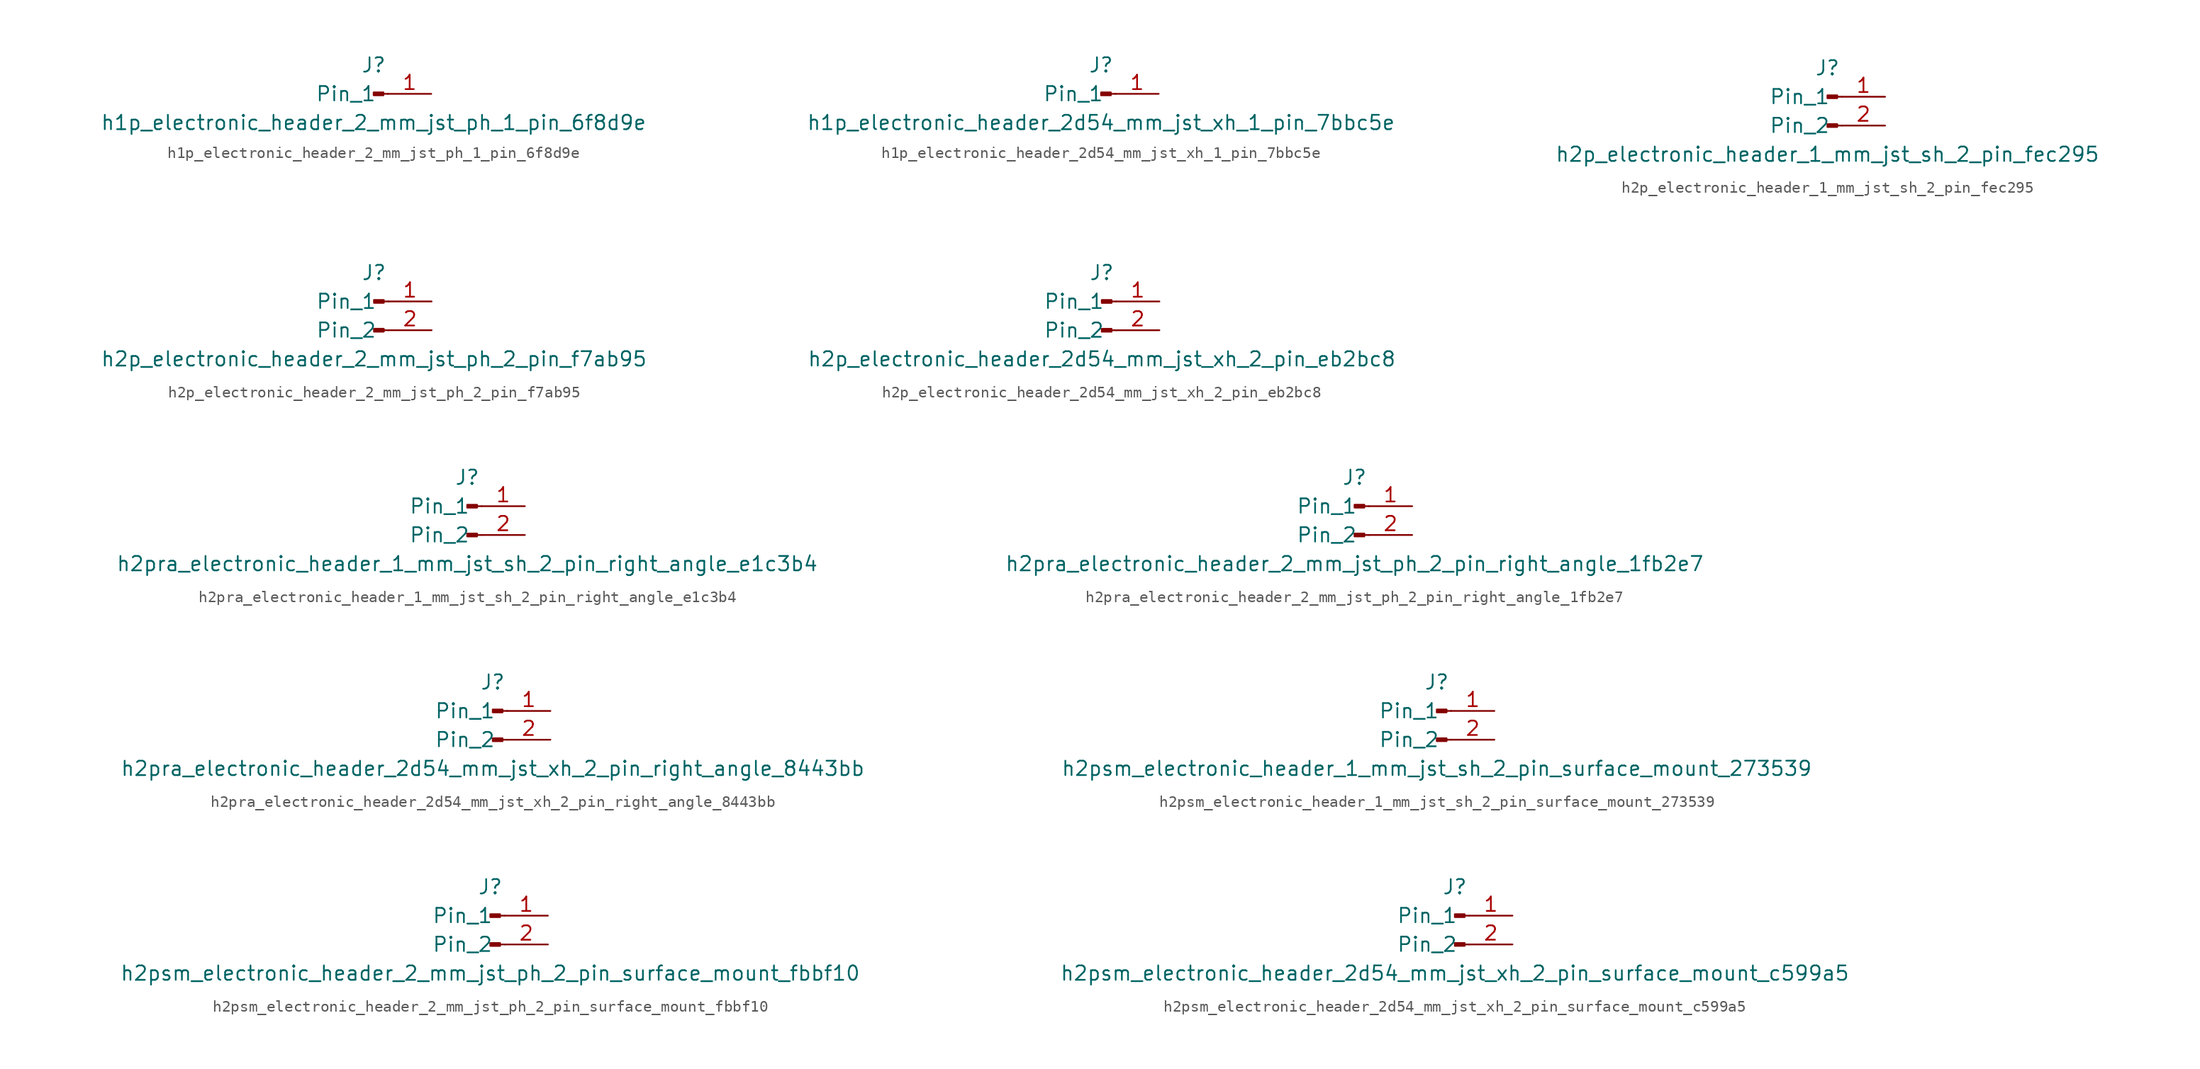
<source format=kicad_sym>
(kicad_symbol_lib
  (version 20220914)
  (generator kicad_symbol_editor)
  (symbol "h1p_electronic_header_2_mm_jst_ph_1_pin_6f8d9e"
    (pin_names
      (offset 1.016))
    (property "Reference" "J"
      (at 0 2.54 0)
      (effects (font (size 1.27 1.27))))
    (property "Value" "h1p_electronic_header_2_mm_jst_ph_1_pin_6f8d9e"
      (at 0 -2.54 0)
      (effects (font (size 1.27 1.27))))
    (property "ki_locked" ""
      (at 0 0 0)
      (effects (font (size 1.27 1.27))))
    (symbol "h1p_electronic_header_2_mm_jst_ph_1_pin_6f8d9e_1_1"
      (polyline (pts (xy 1.27 0) (xy 0.864 0)) (stroke (width 0.152) (type default)) (fill (type none)))
      (rectangle (start 0.864 0.127) (end 0 -0.127) (stroke (width 0.152) (type default)) (fill (type outline)))
      (pin passive line (at 5.08 0 180) (length 3.81) (name "Pin_1" (effects (font (size 1.27 1.27)))) (number "1" (effects (font (size 1.27 1.27)))))))
  (symbol "h1p_electronic_header_2d54_mm_jst_xh_1_pin_7bbc5e"
    (pin_names
      (offset 1.016))
    (property "Reference" "J"
      (at 0 2.54 0)
      (effects (font (size 1.27 1.27))))
    (property "Value" "h1p_electronic_header_2d54_mm_jst_xh_1_pin_7bbc5e"
      (at 0 -2.54 0)
      (effects (font (size 1.27 1.27))))
    (property "ki_locked" ""
      (at 0 0 0)
      (effects (font (size 1.27 1.27))))
    (symbol "h1p_electronic_header_2d54_mm_jst_xh_1_pin_7bbc5e_1_1"
      (polyline (pts (xy 1.27 0) (xy 0.864 0)) (stroke (width 0.152) (type default)) (fill (type none)))
      (rectangle (start 0.864 0.127) (end 0 -0.127) (stroke (width 0.152) (type default)) (fill (type outline)))
      (pin passive line (at 5.08 0 180) (length 3.81) (name "Pin_1" (effects (font (size 1.27 1.27)))) (number "1" (effects (font (size 1.27 1.27)))))))
  (symbol "h2p_electronic_header_1_mm_jst_sh_2_pin_fec295"
    (pin_names
      (offset 1.016))
    (property "Reference" "J"
      (at 0 2.54 0)
      (effects (font (size 1.27 1.27))))
    (property "Value" "h2p_electronic_header_1_mm_jst_sh_2_pin_fec295"
      (at 0 -5.08 0)
      (effects (font (size 1.27 1.27))))
    (property "ki_locked" ""
      (at 0 0 0)
      (effects (font (size 1.27 1.27))))
    (symbol "h2p_electronic_header_1_mm_jst_sh_2_pin_fec295_1_1"
      (polyline (pts (xy 1.27 -2.54) (xy 0.864 -2.54)) (stroke (width 0.152) (type default)) (fill (type none)))
      (polyline (pts (xy 1.27 0) (xy 0.864 0)) (stroke (width 0.152) (type default)) (fill (type none)))
      (rectangle (start 0.864 -2.413) (end 0 -2.667) (stroke (width 0.152) (type default)) (fill (type outline)))
      (rectangle (start 0.864 0.127) (end 0 -0.127) (stroke (width 0.152) (type default)) (fill (type outline)))
      (pin passive line (at 5.08 0 180) (length 3.81) (name "Pin_1" (effects (font (size 1.27 1.27)))) (number "1" (effects (font (size 1.27 1.27)))))
      (pin passive line (at 5.08 -2.54 180) (length 3.81) (name "Pin_2" (effects (font (size 1.27 1.27)))) (number "2" (effects (font (size 1.27 1.27)))))))
  (symbol "h2p_electronic_header_2_mm_jst_ph_2_pin_f7ab95"
    (pin_names
      (offset 1.016))
    (property "Reference" "J"
      (at 0 2.54 0)
      (effects (font (size 1.27 1.27))))
    (property "Value" "h2p_electronic_header_2_mm_jst_ph_2_pin_f7ab95"
      (at 0 -5.08 0)
      (effects (font (size 1.27 1.27))))
    (property "ki_locked" ""
      (at 0 0 0)
      (effects (font (size 1.27 1.27))))
    (symbol "h2p_electronic_header_2_mm_jst_ph_2_pin_f7ab95_1_1"
      (polyline (pts (xy 1.27 -2.54) (xy 0.864 -2.54)) (stroke (width 0.152) (type default)) (fill (type none)))
      (polyline (pts (xy 1.27 0) (xy 0.864 0)) (stroke (width 0.152) (type default)) (fill (type none)))
      (rectangle (start 0.864 -2.413) (end 0 -2.667) (stroke (width 0.152) (type default)) (fill (type outline)))
      (rectangle (start 0.864 0.127) (end 0 -0.127) (stroke (width 0.152) (type default)) (fill (type outline)))
      (pin passive line (at 5.08 0 180) (length 3.81) (name "Pin_1" (effects (font (size 1.27 1.27)))) (number "1" (effects (font (size 1.27 1.27)))))
      (pin passive line (at 5.08 -2.54 180) (length 3.81) (name "Pin_2" (effects (font (size 1.27 1.27)))) (number "2" (effects (font (size 1.27 1.27)))))))
  (symbol "h2p_electronic_header_2d54_mm_jst_xh_2_pin_eb2bc8"
    (pin_names
      (offset 1.016))
    (property "Reference" "J"
      (at 0 2.54 0)
      (effects (font (size 1.27 1.27))))
    (property "Value" "h2p_electronic_header_2d54_mm_jst_xh_2_pin_eb2bc8"
      (at 0 -5.08 0)
      (effects (font (size 1.27 1.27))))
    (property "ki_locked" ""
      (at 0 0 0)
      (effects (font (size 1.27 1.27))))
    (symbol "h2p_electronic_header_2d54_mm_jst_xh_2_pin_eb2bc8_1_1"
      (polyline (pts (xy 1.27 -2.54) (xy 0.864 -2.54)) (stroke (width 0.152) (type default)) (fill (type none)))
      (polyline (pts (xy 1.27 0) (xy 0.864 0)) (stroke (width 0.152) (type default)) (fill (type none)))
      (rectangle (start 0.864 -2.413) (end 0 -2.667) (stroke (width 0.152) (type default)) (fill (type outline)))
      (rectangle (start 0.864 0.127) (end 0 -0.127) (stroke (width 0.152) (type default)) (fill (type outline)))
      (pin passive line (at 5.08 0 180) (length 3.81) (name "Pin_1" (effects (font (size 1.27 1.27)))) (number "1" (effects (font (size 1.27 1.27)))))
      (pin passive line (at 5.08 -2.54 180) (length 3.81) (name "Pin_2" (effects (font (size 1.27 1.27)))) (number "2" (effects (font (size 1.27 1.27)))))))
  (symbol "h2pra_electronic_header_1_mm_jst_sh_2_pin_right_angle_e1c3b4"
    (pin_names
      (offset 1.016))
    (property "Reference" "J"
      (at 0 2.54 0)
      (effects (font (size 1.27 1.27))))
    (property "Value" "h2pra_electronic_header_1_mm_jst_sh_2_pin_right_angle_e1c3b4"
      (at 0 -5.08 0)
      (effects (font (size 1.27 1.27))))
    (property "ki_locked" ""
      (at 0 0 0)
      (effects (font (size 1.27 1.27))))
    (symbol "h2pra_electronic_header_1_mm_jst_sh_2_pin_right_angle_e1c3b4_1_1"
      (polyline (pts (xy 1.27 -2.54) (xy 0.864 -2.54)) (stroke (width 0.152) (type default)) (fill (type none)))
      (polyline (pts (xy 1.27 0) (xy 0.864 0)) (stroke (width 0.152) (type default)) (fill (type none)))
      (rectangle (start 0.864 -2.413) (end 0 -2.667) (stroke (width 0.152) (type default)) (fill (type outline)))
      (rectangle (start 0.864 0.127) (end 0 -0.127) (stroke (width 0.152) (type default)) (fill (type outline)))
      (pin passive line (at 5.08 0 180) (length 3.81) (name "Pin_1" (effects (font (size 1.27 1.27)))) (number "1" (effects (font (size 1.27 1.27)))))
      (pin passive line (at 5.08 -2.54 180) (length 3.81) (name "Pin_2" (effects (font (size 1.27 1.27)))) (number "2" (effects (font (size 1.27 1.27)))))))
  (symbol "h2pra_electronic_header_2_mm_jst_ph_2_pin_right_angle_1fb2e7"
    (pin_names
      (offset 1.016))
    (property "Reference" "J"
      (at 0 2.54 0)
      (effects (font (size 1.27 1.27))))
    (property "Value" "h2pra_electronic_header_2_mm_jst_ph_2_pin_right_angle_1fb2e7"
      (at 0 -5.08 0)
      (effects (font (size 1.27 1.27))))
    (property "ki_locked" ""
      (at 0 0 0)
      (effects (font (size 1.27 1.27))))
    (symbol "h2pra_electronic_header_2_mm_jst_ph_2_pin_right_angle_1fb2e7_1_1"
      (polyline (pts (xy 1.27 -2.54) (xy 0.864 -2.54)) (stroke (width 0.152) (type default)) (fill (type none)))
      (polyline (pts (xy 1.27 0) (xy 0.864 0)) (stroke (width 0.152) (type default)) (fill (type none)))
      (rectangle (start 0.864 -2.413) (end 0 -2.667) (stroke (width 0.152) (type default)) (fill (type outline)))
      (rectangle (start 0.864 0.127) (end 0 -0.127) (stroke (width 0.152) (type default)) (fill (type outline)))
      (pin passive line (at 5.08 0 180) (length 3.81) (name "Pin_1" (effects (font (size 1.27 1.27)))) (number "1" (effects (font (size 1.27 1.27)))))
      (pin passive line (at 5.08 -2.54 180) (length 3.81) (name "Pin_2" (effects (font (size 1.27 1.27)))) (number "2" (effects (font (size 1.27 1.27)))))))
  (symbol "h2pra_electronic_header_2d54_mm_jst_xh_2_pin_right_angle_8443bb"
    (pin_names
      (offset 1.016))
    (property "Reference" "J"
      (at 0 2.54 0)
      (effects (font (size 1.27 1.27))))
    (property "Value" "h2pra_electronic_header_2d54_mm_jst_xh_2_pin_right_angle_8443bb"
      (at 0 -5.08 0)
      (effects (font (size 1.27 1.27))))
    (property "ki_locked" ""
      (at 0 0 0)
      (effects (font (size 1.27 1.27))))
    (symbol "h2pra_electronic_header_2d54_mm_jst_xh_2_pin_right_angle_8443bb_1_1"
      (polyline (pts (xy 1.27 -2.54) (xy 0.864 -2.54)) (stroke (width 0.152) (type default)) (fill (type none)))
      (polyline (pts (xy 1.27 0) (xy 0.864 0)) (stroke (width 0.152) (type default)) (fill (type none)))
      (rectangle (start 0.864 -2.413) (end 0 -2.667) (stroke (width 0.152) (type default)) (fill (type outline)))
      (rectangle (start 0.864 0.127) (end 0 -0.127) (stroke (width 0.152) (type default)) (fill (type outline)))
      (pin passive line (at 5.08 0 180) (length 3.81) (name "Pin_1" (effects (font (size 1.27 1.27)))) (number "1" (effects (font (size 1.27 1.27)))))
      (pin passive line (at 5.08 -2.54 180) (length 3.81) (name "Pin_2" (effects (font (size 1.27 1.27)))) (number "2" (effects (font (size 1.27 1.27)))))))
  (symbol "h2psm_electronic_header_1_mm_jst_sh_2_pin_surface_mount_273539"
    (pin_names
      (offset 1.016))
    (property "Reference" "J"
      (at 0 2.54 0)
      (effects (font (size 1.27 1.27))))
    (property "Value" "h2psm_electronic_header_1_mm_jst_sh_2_pin_surface_mount_273539"
      (at 0 -5.08 0)
      (effects (font (size 1.27 1.27))))
    (property "ki_locked" ""
      (at 0 0 0)
      (effects (font (size 1.27 1.27))))
    (symbol "h2psm_electronic_header_1_mm_jst_sh_2_pin_surface_mount_273539_1_1"
      (polyline (pts (xy 1.27 -2.54) (xy 0.864 -2.54)) (stroke (width 0.152) (type default)) (fill (type none)))
      (polyline (pts (xy 1.27 0) (xy 0.864 0)) (stroke (width 0.152) (type default)) (fill (type none)))
      (rectangle (start 0.864 -2.413) (end 0 -2.667) (stroke (width 0.152) (type default)) (fill (type outline)))
      (rectangle (start 0.864 0.127) (end 0 -0.127) (stroke (width 0.152) (type default)) (fill (type outline)))
      (pin passive line (at 5.08 0 180) (length 3.81) (name "Pin_1" (effects (font (size 1.27 1.27)))) (number "1" (effects (font (size 1.27 1.27)))))
      (pin passive line (at 5.08 -2.54 180) (length 3.81) (name "Pin_2" (effects (font (size 1.27 1.27)))) (number "2" (effects (font (size 1.27 1.27)))))))
  (symbol "h2psm_electronic_header_2_mm_jst_ph_2_pin_surface_mount_fbbf10"
    (pin_names
      (offset 1.016))
    (property "Reference" "J"
      (at 0 2.54 0)
      (effects (font (size 1.27 1.27))))
    (property "Value" "h2psm_electronic_header_2_mm_jst_ph_2_pin_surface_mount_fbbf10"
      (at 0 -5.08 0)
      (effects (font (size 1.27 1.27))))
    (property "ki_locked" ""
      (at 0 0 0)
      (effects (font (size 1.27 1.27))))
    (symbol "h2psm_electronic_header_2_mm_jst_ph_2_pin_surface_mount_fbbf10_1_1"
      (polyline (pts (xy 1.27 -2.54) (xy 0.864 -2.54)) (stroke (width 0.152) (type default)) (fill (type none)))
      (polyline (pts (xy 1.27 0) (xy 0.864 0)) (stroke (width 0.152) (type default)) (fill (type none)))
      (rectangle (start 0.864 -2.413) (end 0 -2.667) (stroke (width 0.152) (type default)) (fill (type outline)))
      (rectangle (start 0.864 0.127) (end 0 -0.127) (stroke (width 0.152) (type default)) (fill (type outline)))
      (pin passive line (at 5.08 0 180) (length 3.81) (name "Pin_1" (effects (font (size 1.27 1.27)))) (number "1" (effects (font (size 1.27 1.27)))))
      (pin passive line (at 5.08 -2.54 180) (length 3.81) (name "Pin_2" (effects (font (size 1.27 1.27)))) (number "2" (effects (font (size 1.27 1.27)))))))
  (symbol "h2psm_electronic_header_2d54_mm_jst_xh_2_pin_surface_mount_c599a5"
    (pin_names
      (offset 1.016))
    (property "Reference" "J"
      (at 0 2.54 0)
      (effects (font (size 1.27 1.27))))
    (property "Value" "h2psm_electronic_header_2d54_mm_jst_xh_2_pin_surface_mount_c599a5"
      (at 0 -5.08 0)
      (effects (font (size 1.27 1.27))))
    (property "ki_locked" ""
      (at 0 0 0)
      (effects (font (size 1.27 1.27))))
    (symbol "h2psm_electronic_header_2d54_mm_jst_xh_2_pin_surface_mount_c599a5_1_1"
      (polyline (pts (xy 1.27 -2.54) (xy 0.864 -2.54)) (stroke (width 0.152) (type default)) (fill (type none)))
      (polyline (pts (xy 1.27 0) (xy 0.864 0)) (stroke (width 0.152) (type default)) (fill (type none)))
      (rectangle (start 0.864 -2.413) (end 0 -2.667) (stroke (width 0.152) (type default)) (fill (type outline)))
      (rectangle (start 0.864 0.127) (end 0 -0.127) (stroke (width 0.152) (type default)) (fill (type outline)))
      (pin passive line (at 5.08 0 180) (length 3.81) (name "Pin_1" (effects (font (size 1.27 1.27)))) (number "1" (effects (font (size 1.27 1.27)))))
      (pin passive line (at 5.08 -2.54 180) (length 3.81) (name "Pin_2" (effects (font (size 1.27 1.27)))) (number "2" (effects (font (size 1.27 1.27))))))))
</source>
